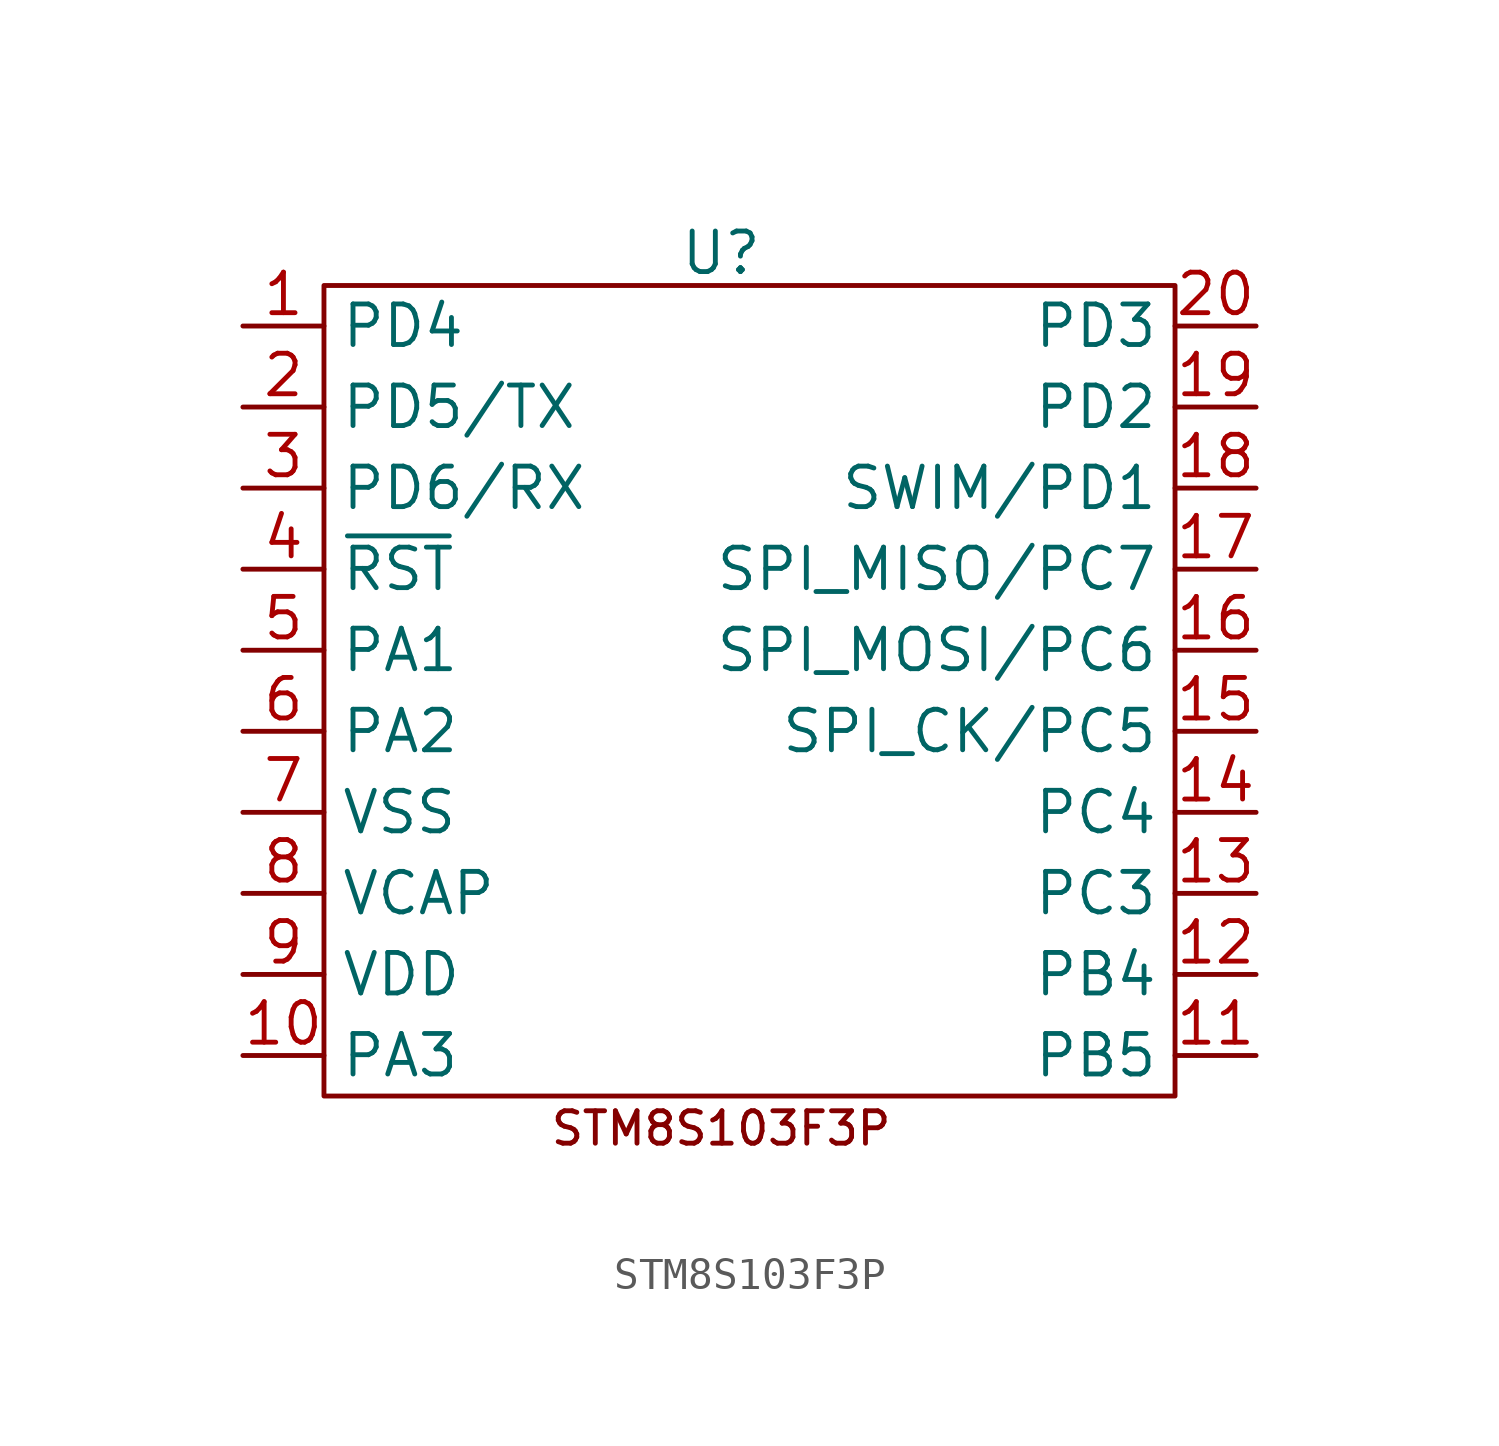
<source format=kicad_sym>
(kicad_symbol_lib
  (version 20231120)
  (generator "kicad_symbol_editor")
  (generator_version "8.0")
  (symbol "STM8S103F3P"
    (property "Reference" "U"
      (at -0.254 13.716 0)
      (effects (font (size 1.27 1.27))))
    (property "Value" ""
      (at 0 0 0)
      (effects (font (size 1.27 1.27))))
    (symbol "STM8S103F3P_1_1"
      (rectangle (start -12.7 12.7) (end 13.97 -12.7) (stroke (width 0) (type default)) (fill (type none)))
      (text "STM8S103F3P" (at -0.254 -13.716 0) (effects (font (size 1.016 1.016))))
      (pin bidirectional line (at -15.24 11.43 0) (length 2.54) (name "PD4" (effects (font (size 1.27 1.27)))) (number "1" (effects (font (size 1.27 1.27)))))
      (pin bidirectional line (at -15.24 -11.43 0) (length 2.54) (name "PA3" (effects (font (size 1.27 1.27)))) (number "10" (effects (font (size 1.27 1.27)))))
      (pin bidirectional line (at 16.51 -11.43 180) (length 2.54) (name "PB5" (effects (font (size 1.27 1.27)))) (number "11" (effects (font (size 1.27 1.27)))))
      (pin bidirectional line (at 16.51 -8.89 180) (length 2.54) (name "PB4" (effects (font (size 1.27 1.27)))) (number "12" (effects (font (size 1.27 1.27)))))
      (pin bidirectional line (at 16.51 -6.35 180) (length 2.54) (name "PC3" (effects (font (size 1.27 1.27)))) (number "13" (effects (font (size 1.27 1.27)))))
      (pin bidirectional line (at 16.51 -3.81 180) (length 2.54) (name "PC4" (effects (font (size 1.27 1.27)))) (number "14" (effects (font (size 1.27 1.27)))))
      (pin bidirectional line (at 16.51 -1.27 180) (length 2.54) (name "SPI_CK/PC5" (effects (font (size 1.27 1.27)))) (number "15" (effects (font (size 1.27 1.27)))))
      (pin bidirectional line (at 16.51 1.27 180) (length 2.54) (name "SPI_MOSI/PC6" (effects (font (size 1.27 1.27)))) (number "16" (effects (font (size 1.27 1.27)))))
      (pin bidirectional line (at 16.51 3.81 180) (length 2.54) (name "SPI_MISO/PC7" (effects (font (size 1.27 1.27)))) (number "17" (effects (font (size 1.27 1.27)))))
      (pin bidirectional line (at 16.51 6.35 180) (length 2.54) (name "SWIM/PD1" (effects (font (size 1.27 1.27)))) (number "18" (effects (font (size 1.27 1.27)))))
      (pin bidirectional line (at 16.51 8.89 180) (length 2.54) (name "PD2" (effects (font (size 1.27 1.27)))) (number "19" (effects (font (size 1.27 1.27)))))
      (pin bidirectional line (at -15.24 8.89 0) (length 2.54) (name "PD5/TX" (effects (font (size 1.27 1.27)))) (number "2" (effects (font (size 1.27 1.27)))))
      (pin bidirectional line (at 16.51 11.43 180) (length 2.54) (name "PD3" (effects (font (size 1.27 1.27)))) (number "20" (effects (font (size 1.27 1.27)))))
      (pin bidirectional line (at -15.24 6.35 0) (length 2.54) (name "PD6/RX" (effects (font (size 1.27 1.27)))) (number "3" (effects (font (size 1.27 1.27)))))
      (pin input line (at -15.24 3.81 0) (length 2.54) (name "~{RST}" (effects (font (size 1.27 1.27)))) (number "4" (effects (font (size 1.27 1.27)))))
      (pin bidirectional line (at -15.24 1.27 0) (length 2.54) (name "PA1" (effects (font (size 1.27 1.27)))) (number "5" (effects (font (size 1.27 1.27)))))
      (pin bidirectional line (at -15.24 -1.27 0) (length 2.54) (name "PA2" (effects (font (size 1.27 1.27)))) (number "6" (effects (font (size 1.27 1.27)))))
      (pin passive line (at -15.24 -3.81 0) (length 2.54) (name "VSS" (effects (font (size 1.27 1.27)))) (number "7" (effects (font (size 1.27 1.27)))))
      (pin passive line (at -15.24 -6.35 0) (length 2.54) (name "VCAP" (effects (font (size 1.27 1.27)))) (number "8" (effects (font (size 1.27 1.27)))))
      (pin power_in line (at -15.24 -8.89 0) (length 2.54) (name "VDD" (effects (font (size 1.27 1.27)))) (number "9" (effects (font (size 1.27 1.27))))))))
</source>
